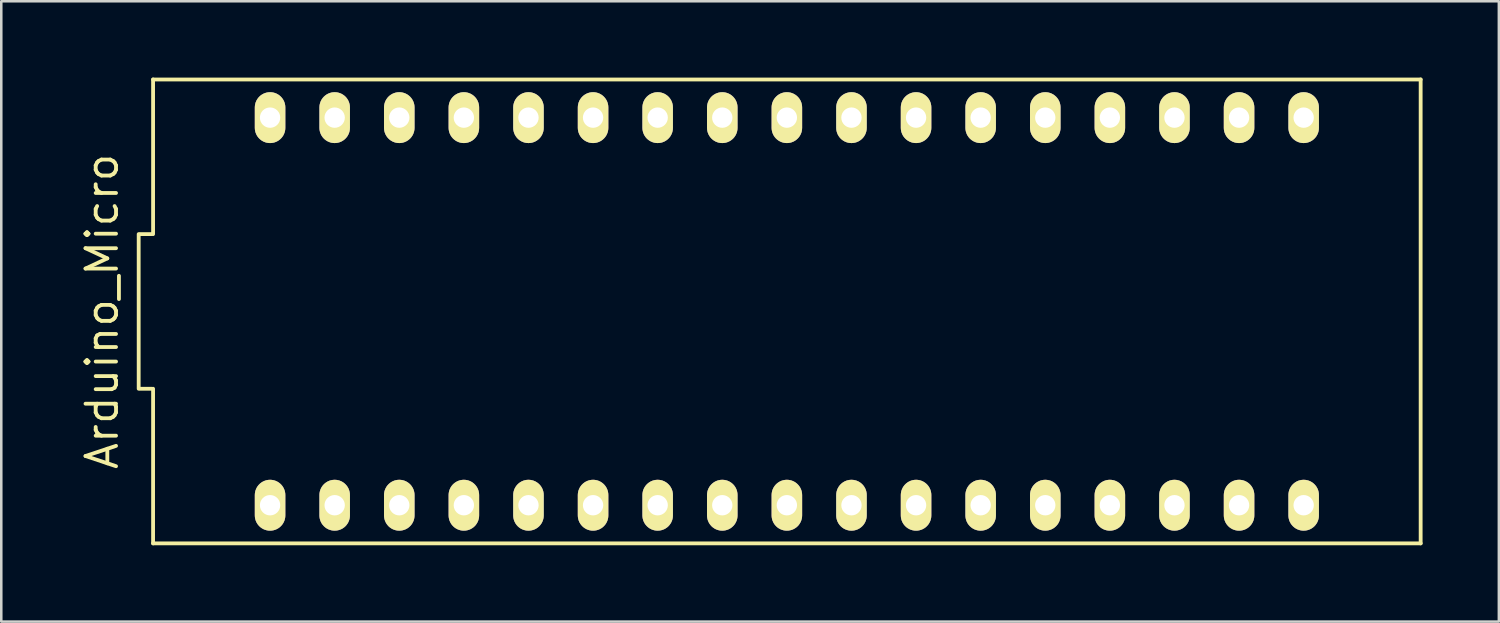
<source format=kicad_pcb>
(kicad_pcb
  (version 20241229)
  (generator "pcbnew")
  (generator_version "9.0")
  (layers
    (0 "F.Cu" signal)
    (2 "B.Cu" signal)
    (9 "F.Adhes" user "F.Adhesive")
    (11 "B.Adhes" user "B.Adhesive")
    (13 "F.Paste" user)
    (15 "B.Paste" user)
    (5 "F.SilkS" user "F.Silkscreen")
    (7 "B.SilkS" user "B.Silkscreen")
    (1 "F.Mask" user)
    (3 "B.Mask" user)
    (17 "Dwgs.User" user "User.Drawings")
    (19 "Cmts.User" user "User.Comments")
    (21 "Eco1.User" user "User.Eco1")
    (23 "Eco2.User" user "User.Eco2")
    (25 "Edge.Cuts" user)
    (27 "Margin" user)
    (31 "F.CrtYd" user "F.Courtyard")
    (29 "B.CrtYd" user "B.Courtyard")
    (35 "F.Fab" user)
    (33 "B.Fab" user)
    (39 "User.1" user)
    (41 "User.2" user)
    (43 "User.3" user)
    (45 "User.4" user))
  (footprint "Arduino_Micro"
    (layer "F.Cu")
    (at 27.889 9.195)
    (property "Reference" "Arduino_Micro" (at -26.924 0 90) (layer "F.SilkS") (effects (font (size 1.2 1.2) (thickness 0.15))))
    (attr through_hole)
    (fp_line (start -25.486 -3.04) (end -25.486 3.04) (stroke (width 0.15) (type solid)) (layer "F.SilkS"))
    (fp_line (start -25.428 -3.04) (end -24.978 -3.04) (stroke (width 0.15) (type solid)) (layer "F.SilkS"))
    (fp_line (start -24.978 3.04) (end -25.428 3.04) (stroke (width 0.15) (type solid)) (layer "F.SilkS"))
    (fp_line (start -24.92 -9.12) (end -24.92 -3.04) (stroke (width 0.15) (type solid)) (layer "F.SilkS"))
    (fp_line (start -24.92 3.04) (end -24.92 9.12) (stroke (width 0.15) (type solid)) (layer "F.SilkS"))
    (fp_line (start -24.92 9.12) (end 24.92 9.12) (stroke (width 0.15) (type solid)) (layer "F.SilkS"))
    (fp_line (start 24.92 -9.12) (end -24.92 -9.12) (stroke (width 0.15) (type solid)) (layer "F.SilkS"))
    (fp_line (start 24.92 9.12) (end 24.92 -9.12) (stroke (width 0.15) (type solid)) (layer "F.SilkS"))
    (pad "1" thru_hole oval (at -20.32 7.62) (size 1.2 2) (drill 0.8) (layers "*.Cu" "*.Mask" "F.SilkS"))
    (pad "2" thru_hole oval (at -17.78 7.62) (size 1.2 2) (drill 0.8) (layers "*.Cu" "*.Mask" "F.SilkS"))
    (pad "3" thru_hole oval (at -15.24 7.62) (size 1.2 2) (drill 0.8) (layers "*.Cu" "*.Mask" "F.SilkS"))
    (pad "4" thru_hole oval (at -12.7 7.62) (size 1.2 2) (drill 0.8) (layers "*.Cu" "*.Mask" "F.SilkS"))
    (pad "5" thru_hole oval (at -10.16 7.62) (size 1.2 2) (drill 0.8) (layers "*.Cu" "*.Mask" "F.SilkS"))
    (pad "6" thru_hole oval (at -7.62 7.62) (size 1.2 2) (drill 0.8) (layers "*.Cu" "*.Mask" "F.SilkS"))
    (pad "7" thru_hole oval (at -5.08 7.62) (size 1.2 2) (drill 0.8) (layers "*.Cu" "*.Mask" "F.SilkS"))
    (pad "8" thru_hole oval (at -2.54 7.62) (size 1.2 2) (drill 0.8) (layers "*.Cu" "*.Mask" "F.SilkS"))
    (pad "9" thru_hole oval (at 0 7.62) (size 1.2 2) (drill 0.8) (layers "*.Cu" "*.Mask" "F.SilkS"))
    (pad "10" thru_hole oval (at 2.54 7.62) (size 1.2 2) (drill 0.8) (layers "*.Cu" "*.Mask" "F.SilkS"))
    (pad "11" thru_hole oval (at 5.08 7.62) (size 1.2 2) (drill 0.8) (layers "*.Cu" "*.Mask" "F.SilkS"))
    (pad "12" thru_hole oval (at 7.62 7.62) (size 1.2 2) (drill 0.8) (layers "*.Cu" "*.Mask" "F.SilkS"))
    (pad "13" thru_hole oval (at 10.16 7.62) (size 1.2 2) (drill 0.8) (layers "*.Cu" "*.Mask" "F.SilkS"))
    (pad "14" thru_hole oval (at 12.7 7.62) (size 1.2 2) (drill 0.8) (layers "*.Cu" "*.Mask" "F.SilkS"))
    (pad "15" thru_hole oval (at 15.24 7.62) (size 1.2 2) (drill 0.8) (layers "*.Cu" "*.Mask" "F.SilkS"))
    (pad "16" thru_hole oval (at 17.78 7.62) (size 1.2 2) (drill 0.8) (layers "*.Cu" "*.Mask" "F.SilkS"))
    (pad "17" thru_hole oval (at 20.32 7.62) (size 1.2 2) (drill 0.8) (layers "*.Cu" "*.Mask" "F.SilkS"))
    (pad "18" thru_hole oval (at 20.32 -7.62) (size 1.2 2) (drill 0.8) (layers "*.Cu" "*.Mask" "F.SilkS"))
    (pad "19" thru_hole oval (at 17.78 -7.62) (size 1.2 2) (drill 0.8) (layers "*.Cu" "*.Mask" "F.SilkS"))
    (pad "20" thru_hole oval (at 15.24 -7.62) (size 1.2 2) (drill 0.8) (layers "*.Cu" "*.Mask" "F.SilkS"))
    (pad "21" thru_hole oval (at 12.7 -7.62) (size 1.2 2) (drill 0.8) (layers "*.Cu" "*.Mask" "F.SilkS"))
    (pad "22" thru_hole oval (at 10.16 -7.62) (size 1.2 2) (drill 0.8) (layers "*.Cu" "*.Mask" "F.SilkS"))
    (pad "23" thru_hole oval (at 7.62 -7.62) (size 1.2 2) (drill 0.8) (layers "*.Cu" "*.Mask" "F.SilkS"))
    (pad "24" thru_hole oval (at 5.08 -7.62) (size 1.2 2) (drill 0.8) (layers "*.Cu" "*.Mask" "F.SilkS"))
    (pad "25" thru_hole oval (at 2.54 -7.62) (size 1.2 2) (drill 0.8) (layers "*.Cu" "*.Mask" "F.SilkS"))
    (pad "26" thru_hole oval (at 0 -7.62) (size 1.2 2) (drill 0.8) (layers "*.Cu" "*.Mask" "F.SilkS"))
    (pad "27" thru_hole oval (at -2.54 -7.62) (size 1.2 2) (drill 0.8) (layers "*.Cu" "*.Mask" "F.SilkS"))
    (pad "28" thru_hole oval (at -5.08 -7.62) (size 1.2 2) (drill 0.8) (layers "*.Cu" "*.Mask" "F.SilkS"))
    (pad "29" thru_hole oval (at -7.62 -7.62) (size 1.2 2) (drill 0.8) (layers "*.Cu" "*.Mask" "F.SilkS"))
    (pad "30" thru_hole oval (at -10.16 -7.62) (size 1.2 2) (drill 0.8) (layers "*.Cu" "*.Mask" "F.SilkS"))
    (pad "31" thru_hole oval (at -12.7 -7.62) (size 1.2 2) (drill 0.8) (layers "*.Cu" "*.Mask" "F.SilkS"))
    (pad "32" thru_hole oval (at -15.24 -7.62) (size 1.2 2) (drill 0.8) (layers "*.Cu" "*.Mask" "F.SilkS"))
    (pad "33" thru_hole oval (at -17.78 -7.62) (size 1.2 2) (drill 0.8) (layers "*.Cu" "*.Mask" "F.SilkS"))
    (pad "34" thru_hole oval (at -20.32 -7.62) (size 1.2 2) (drill 0.8) (layers "*.Cu" "*.Mask" "F.SilkS")))
  (gr_rect
    (start -3 -3)
    (end 55.884 21.39)
    (stroke (width 0.1) (type default))
    (fill no)
    (layer "Edge.Cuts")))
</source>
